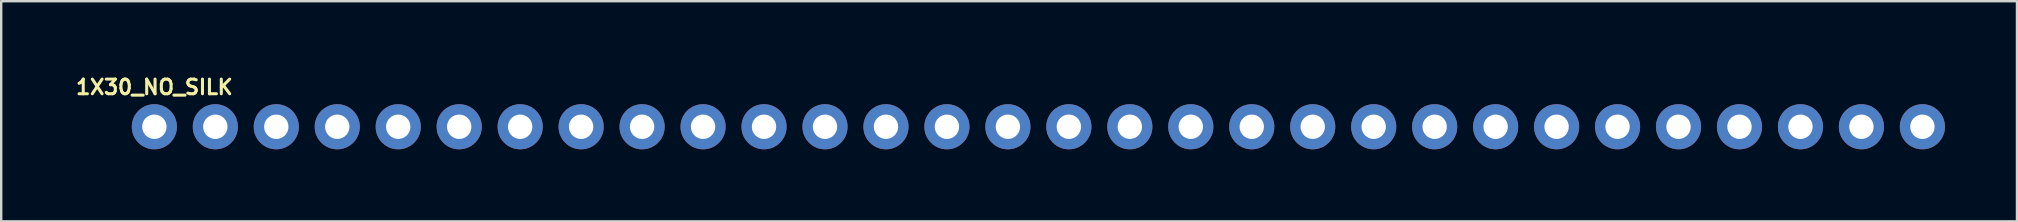
<source format=kicad_pcb>
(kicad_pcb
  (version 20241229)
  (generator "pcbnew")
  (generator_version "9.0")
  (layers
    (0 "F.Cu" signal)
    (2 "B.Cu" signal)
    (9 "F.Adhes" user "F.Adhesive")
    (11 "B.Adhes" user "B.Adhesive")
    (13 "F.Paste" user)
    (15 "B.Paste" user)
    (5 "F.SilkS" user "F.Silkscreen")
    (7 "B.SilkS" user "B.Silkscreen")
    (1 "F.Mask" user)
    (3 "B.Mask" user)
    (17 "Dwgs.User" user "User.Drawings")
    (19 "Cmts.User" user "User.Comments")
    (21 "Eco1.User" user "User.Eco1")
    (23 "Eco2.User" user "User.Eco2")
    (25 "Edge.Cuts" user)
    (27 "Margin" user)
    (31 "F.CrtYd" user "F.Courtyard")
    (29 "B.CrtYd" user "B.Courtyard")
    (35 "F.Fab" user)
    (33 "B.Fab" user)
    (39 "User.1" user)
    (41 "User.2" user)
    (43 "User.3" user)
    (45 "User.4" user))
  (footprint "1X30_NO_SILK"
    (layer "F.Cu")
    (at 3.381 2.231)
    (property "Reference" "1X30_NO_SILK" (at 0 -1.651 0) (layer "F.SilkS") (effects (font (size 0.61 0.61) (thickness 0.127))))
    (attr exclude_from_pos_files exclude_from_bom)
    (pad "1" thru_hole circle (at 0 0) (size 1.88 1.88) (drill 1.016) (layers "*.Cu" "*.Paste" "*.Mask"))
    (pad "2" thru_hole circle (at 2.54 0) (size 1.88 1.88) (drill 1.016) (layers "*.Cu" "*.Paste" "*.Mask"))
    (pad "3" thru_hole circle (at 5.08 0) (size 1.88 1.88) (drill 1.016) (layers "*.Cu" "*.Paste" "*.Mask"))
    (pad "4" thru_hole circle (at 7.62 0) (size 1.88 1.88) (drill 1.016) (layers "*.Cu" "*.Paste" "*.Mask"))
    (pad "5" thru_hole circle (at 10.16 0) (size 1.88 1.88) (drill 1.016) (layers "*.Cu" "*.Paste" "*.Mask"))
    (pad "6" thru_hole circle (at 12.7 0) (size 1.88 1.88) (drill 1.016) (layers "*.Cu" "*.Paste" "*.Mask"))
    (pad "7" thru_hole circle (at 15.24 0) (size 1.88 1.88) (drill 1.016) (layers "*.Cu" "*.Paste" "*.Mask"))
    (pad "8" thru_hole circle (at 17.78 0) (size 1.88 1.88) (drill 1.016) (layers "*.Cu" "*.Paste" "*.Mask"))
    (pad "9" thru_hole circle (at 20.32 0) (size 1.88 1.88) (drill 1.016) (layers "*.Cu" "*.Paste" "*.Mask"))
    (pad "10" thru_hole circle (at 22.86 0) (size 1.88 1.88) (drill 1.016) (layers "*.Cu" "*.Paste" "*.Mask"))
    (pad "11" thru_hole circle (at 25.4 0) (size 1.88 1.88) (drill 1.016) (layers "*.Cu" "*.Paste" "*.Mask"))
    (pad "12" thru_hole circle (at 27.94 0) (size 1.88 1.88) (drill 1.016) (layers "*.Cu" "*.Paste" "*.Mask"))
    (pad "13" thru_hole circle (at 30.48 0) (size 1.88 1.88) (drill 1.016) (layers "*.Cu" "*.Paste" "*.Mask"))
    (pad "14" thru_hole circle (at 33.02 0) (size 1.88 1.88) (drill 1.016) (layers "*.Cu" "*.Paste" "*.Mask"))
    (pad "15" thru_hole circle (at 35.56 0) (size 1.88 1.88) (drill 1.016) (layers "*.Cu" "*.Paste" "*.Mask"))
    (pad "16" thru_hole circle (at 38.1 0) (size 1.88 1.88) (drill 1.016) (layers "*.Cu" "*.Paste" "*.Mask"))
    (pad "17" thru_hole circle (at 40.64 0) (size 1.88 1.88) (drill 1.016) (layers "*.Cu" "*.Paste" "*.Mask"))
    (pad "18" thru_hole circle (at 43.18 0) (size 1.88 1.88) (drill 1.016) (layers "*.Cu" "*.Paste" "*.Mask"))
    (pad "19" thru_hole circle (at 45.72 0) (size 1.88 1.88) (drill 1.016) (layers "*.Cu" "*.Paste" "*.Mask"))
    (pad "20" thru_hole circle (at 48.26 0) (size 1.88 1.88) (drill 1.016) (layers "*.Cu" "*.Paste" "*.Mask"))
    (pad "21" thru_hole circle (at 50.8 0) (size 1.88 1.88) (drill 1.016) (layers "*.Cu" "*.Paste" "*.Mask"))
    (pad "22" thru_hole circle (at 53.34 0) (size 1.88 1.88) (drill 1.016) (layers "*.Cu" "*.Paste" "*.Mask"))
    (pad "23" thru_hole circle (at 55.88 0) (size 1.88 1.88) (drill 1.016) (layers "*.Cu" "*.Paste" "*.Mask"))
    (pad "24" thru_hole circle (at 58.42 0) (size 1.88 1.88) (drill 1.016) (layers "*.Cu" "*.Paste" "*.Mask"))
    (pad "25" thru_hole circle (at 60.96 0) (size 1.88 1.88) (drill 1.016) (layers "*.Cu" "*.Paste" "*.Mask"))
    (pad "26" thru_hole circle (at 63.5 0) (size 1.88 1.88) (drill 1.016) (layers "*.Cu" "*.Paste" "*.Mask"))
    (pad "27" thru_hole circle (at 66.04 0) (size 1.88 1.88) (drill 1.016) (layers "*.Cu" "*.Paste" "*.Mask"))
    (pad "28" thru_hole circle (at 68.58 0) (size 1.88 1.88) (drill 1.016) (layers "*.Cu" "*.Paste" "*.Mask"))
    (pad "29" thru_hole circle (at 71.12 0) (size 1.88 1.88) (drill 1.016) (layers "*.Cu" "*.Paste" "*.Mask"))
    (pad "30" thru_hole circle (at 73.66 0) (size 1.88 1.88) (drill 1.016) (layers "*.Cu" "*.Paste" "*.Mask")))
  (gr_rect
    (start -3 -3)
    (end 80.981 6.17)
    (stroke (width 0.1) (type default))
    (fill no)
    (layer "Edge.Cuts")))
</source>
